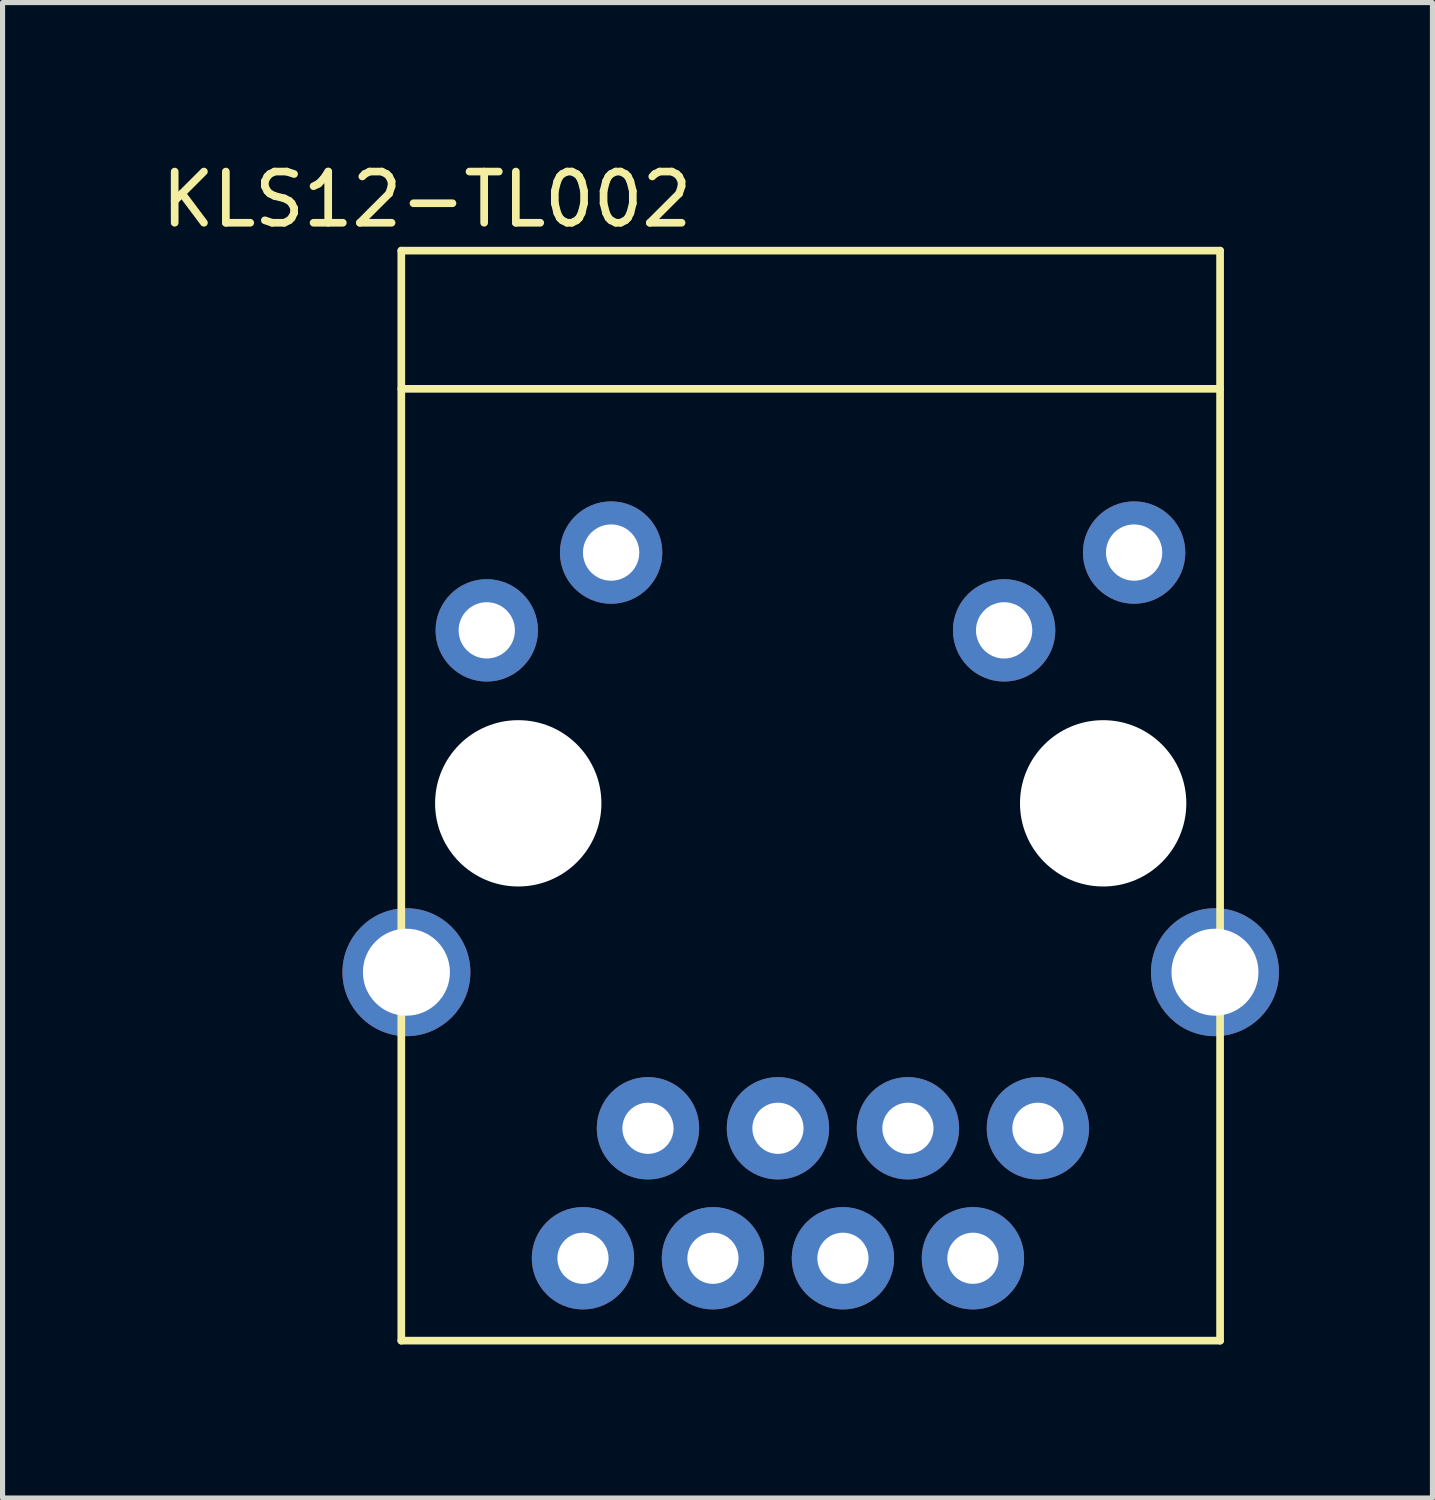
<source format=kicad_pcb>
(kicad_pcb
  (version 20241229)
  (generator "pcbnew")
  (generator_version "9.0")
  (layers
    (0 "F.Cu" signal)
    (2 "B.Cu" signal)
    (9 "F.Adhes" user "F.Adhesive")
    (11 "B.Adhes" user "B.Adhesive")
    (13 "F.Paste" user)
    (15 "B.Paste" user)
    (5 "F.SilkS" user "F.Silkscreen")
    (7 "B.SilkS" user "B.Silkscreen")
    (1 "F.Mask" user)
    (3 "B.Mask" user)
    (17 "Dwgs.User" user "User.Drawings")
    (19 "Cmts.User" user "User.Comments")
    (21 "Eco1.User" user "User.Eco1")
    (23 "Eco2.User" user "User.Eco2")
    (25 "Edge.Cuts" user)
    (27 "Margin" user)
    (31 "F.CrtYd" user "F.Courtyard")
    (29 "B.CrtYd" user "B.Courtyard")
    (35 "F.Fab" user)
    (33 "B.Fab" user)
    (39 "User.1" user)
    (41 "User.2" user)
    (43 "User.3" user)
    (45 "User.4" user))
  (footprint "KLS12-TL002"
    (layer "F.Cu")
    (at 4.792 1.848)
    (property "Reference" "KLS12-TL002" (at 0.5 -1 0) (layer "F.SilkS") (effects (font (size 1 1) (thickness 0.15))))
    (attr through_hole)
    (fp_line (start 0 0) (end 0 21.3) (stroke (width 0.15) (type solid)) (layer "F.SilkS"))
    (fp_line (start 0 0) (end 16 0) (stroke (width 0.15) (type solid)) (layer "F.SilkS"))
    (fp_line (start 0 2.7) (end 16 2.7) (stroke (width 0.15) (type solid)) (layer "F.SilkS"))
    (fp_line (start 0 21.3) (end 16 21.3) (stroke (width 0.15) (type solid)) (layer "F.SilkS"))
    (fp_line (start 16 21.3) (end 16 0) (stroke (width 0.15) (type solid)) (layer "F.SilkS"))
    (pad "" np_thru_hole circle (at 2.285 10.8) (size 3.25 3.25) (drill 3.25) (layers "*.Cu" "*.Mask"))
    (pad "" np_thru_hole circle (at 13.715 10.8) (size 3.25 3.25) (drill 3.25) (layers "*.Cu" "*.Mask"))
    (pad "1" thru_hole circle (at 12.44 17.15) (size 2 2) (drill 1) (layers "*.Cu" "*.Mask"))
    (pad "2" thru_hole circle (at 11.17 19.69) (size 2 2) (drill 1) (layers "*.Cu" "*.Mask"))
    (pad "3" thru_hole circle (at 9.9 17.15) (size 2 2) (drill 1) (layers "*.Cu" "*.Mask"))
    (pad "4" thru_hole circle (at 8.63 19.69) (size 2 2) (drill 1) (layers "*.Cu" "*.Mask"))
    (pad "5" thru_hole circle (at 7.36 17.15) (size 2 2) (drill 1) (layers "*.Cu" "*.Mask"))
    (pad "6" thru_hole circle (at 6.09 19.69) (size 2 2) (drill 1) (layers "*.Cu" "*.Mask"))
    (pad "7" thru_hole circle (at 4.82 17.15) (size 2 2) (drill 1) (layers "*.Cu" "*.Mask"))
    (pad "8" thru_hole circle (at 3.55 19.69) (size 2 2) (drill 1) (layers "*.Cu" "*.Mask"))
    (pad "9" thru_hole circle (at 14.32 5.9) (size 2 2) (drill 1.1) (layers "*.Cu" "*.Mask"))
    (pad "10" thru_hole circle (at 11.78 7.42) (size 2 2) (drill 1.1) (layers "*.Cu" "*.Mask"))
    (pad "11" thru_hole circle (at 4.1 5.9) (size 2 2) (drill 1.1) (layers "*.Cu" "*.Mask"))
    (pad "12" thru_hole circle (at 1.67 7.42) (size 2 2) (drill 1.1) (layers "*.Cu" "*.Mask"))
    (pad "SH" thru_hole circle (at 0.1 14.1) (size 2.5 2.5) (drill 1.7) (layers "*.Cu" "*.Mask"))
    (pad "SH" thru_hole circle (at 15.9 14.1) (size 2.5 2.5) (drill 1.7) (layers "*.Cu" "*.Mask")))
  (gr_rect
    (start -3 -3)
    (end 24.942 26.223)
    (stroke (width 0.1) (type default))
    (fill no)
    (layer "Edge.Cuts")))
</source>
